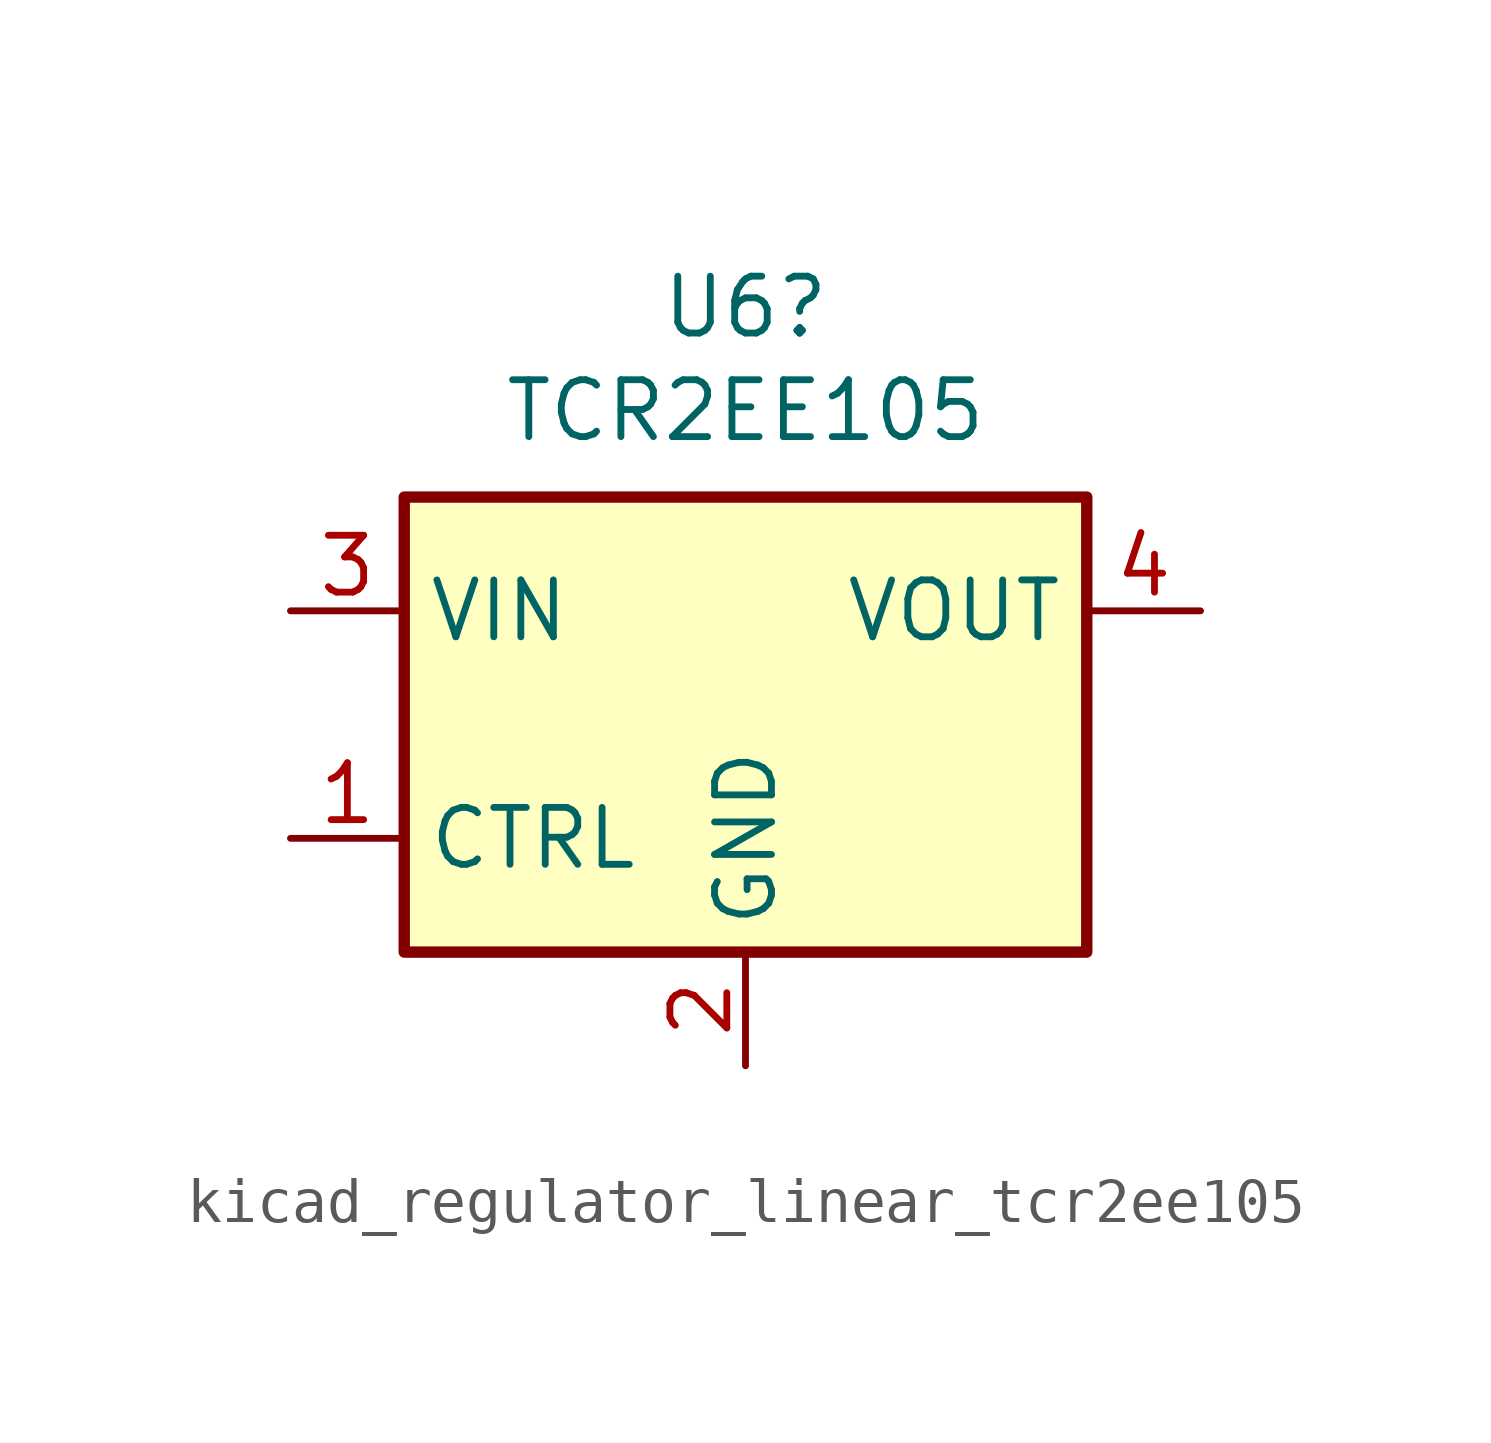
<source format=kicad_sym>
(kicad_symbol_lib
  (version 20220914)
  (generator kicad_symbol_editor)
  (symbol "kicad_regulator_linear_tcr2ee105"
    (property "Reference" "U6"
      (at 0 9.322 0)
      (effects (font (size 1.27 1.27))))
    (property "Value" "TCR2EE105"
      (at 0 7.01 0)
      (effects (font (size 1.27 1.27))))
    (symbol "kicad_regulator_linear_tcr2ee105_0_1"
      (rectangle (start -7.62 -5.08) (end 7.62 5.08) (stroke (width 0.254) (type default)) (fill (type background))))
    (symbol "kicad_regulator_linear_tcr2ee105_1_1"
      (pin input line (at -10.16 -2.54 0) (length 2.54) (name "CTRL" (effects (font (size 1.27 1.27)))) (number "1" (effects (font (size 1.27 1.27)))))
      (pin power_in line (at 0 -7.62 90) (length 2.54) (name "GND" (effects (font (size 1.27 1.27)))) (number "2" (effects (font (size 1.27 1.27)))))
      (pin power_in line (at -10.16 2.54 0) (length 2.54) (name "VIN" (effects (font (size 1.27 1.27)))) (number "3" (effects (font (size 1.27 1.27)))))
      (pin power_out line (at 10.16 2.54 180) (length 2.54) (name "VOUT" (effects (font (size 1.27 1.27)))) (number "4" (effects (font (size 1.27 1.27)))))
      (pin no_connect line (at 7.62 -2.54 180) (length 2.54) hide (name "NC" (effects (font (size 1.27 1.27)))) (number "5" (effects (font (size 1.27 1.27))))))))
</source>
